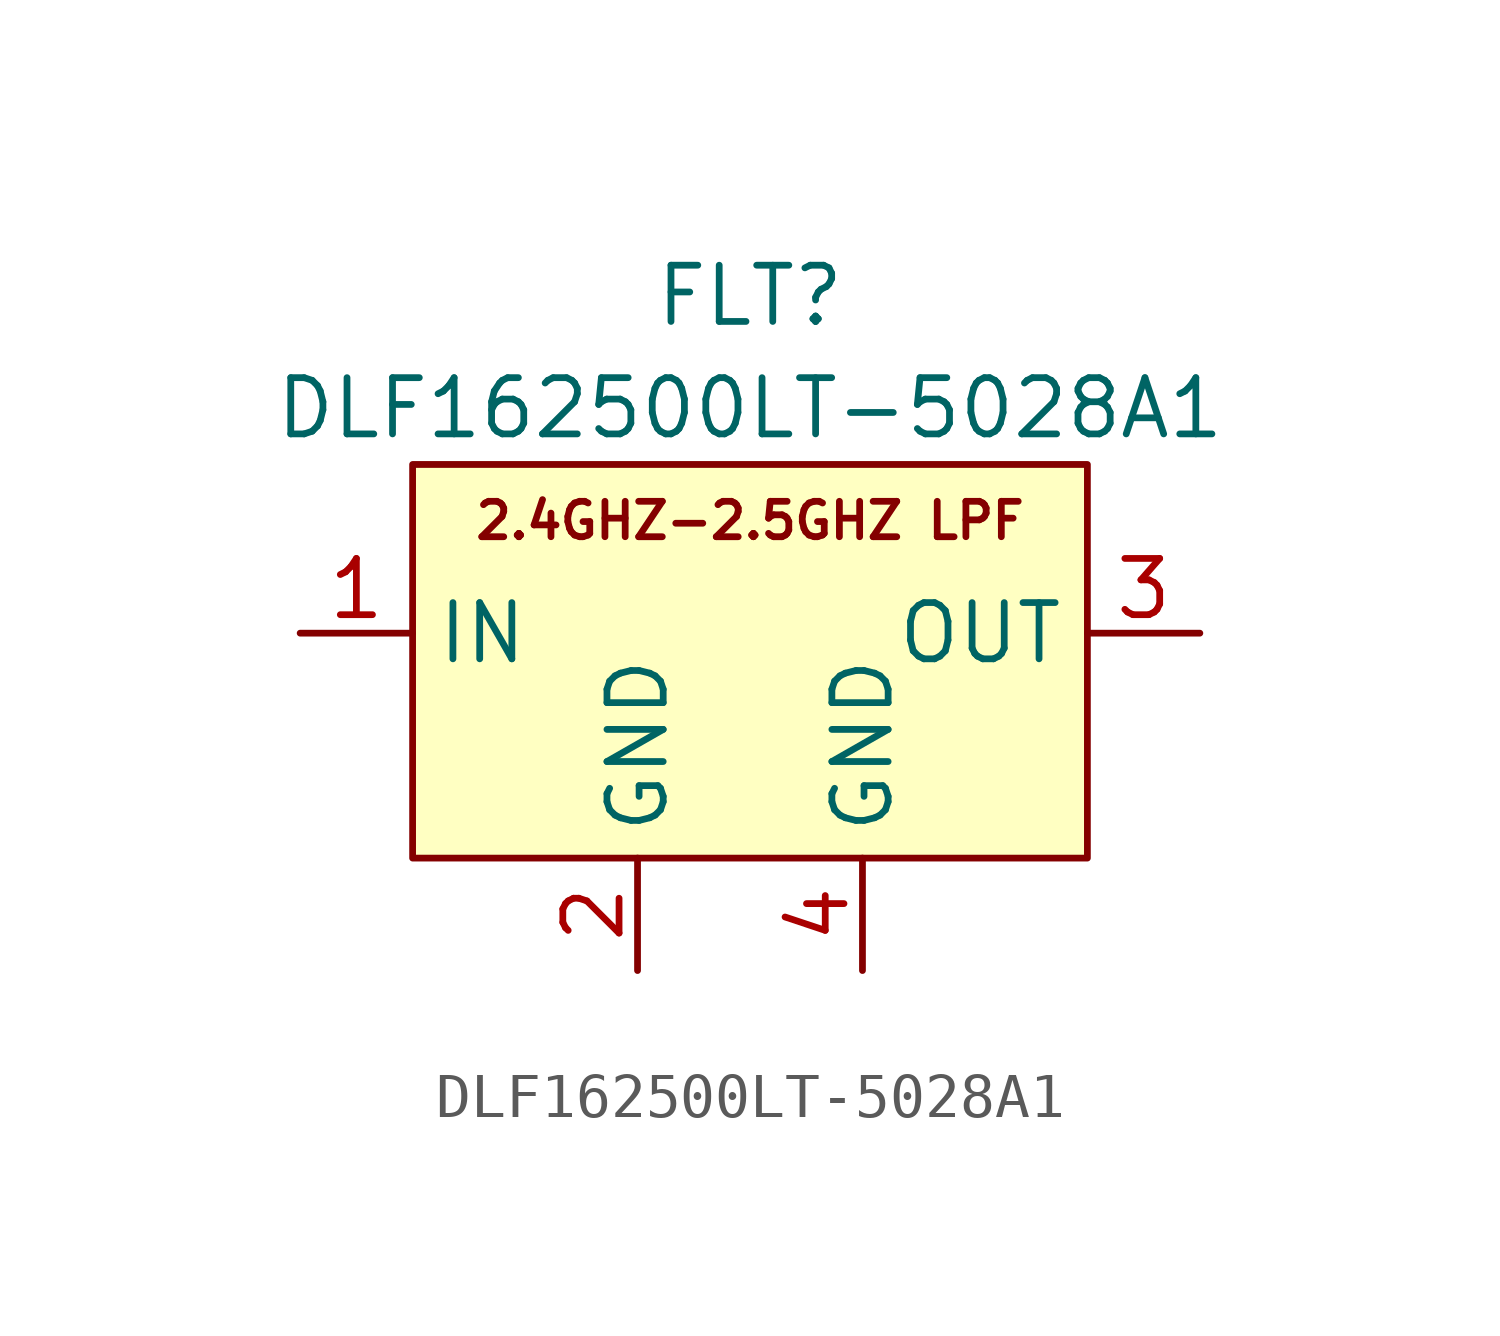
<source format=kicad_sym>
(kicad_symbol_lib
  (version 20220914)
  (generator kicad_symbol_editor)
  (symbol "DLF162500LT-5028A1"
    (property "Reference" "FLT"
      (at 0 7.62 0)
      (effects (font (size 1.27 1.27))))
    (property "Value" "DLF162500LT-5028A1"
      (at 0 5.08 0)
      (effects (font (size 1.27 1.27))))
    (symbol "DLF162500LT-5028A1_0_0"
      (pin passive line (at -10.16 0 0) (length 2.54) (name "IN" (effects (font (size 1.27 1.27)))) (number "1" (effects (font (size 1.27 1.27)))))
      (pin passive line (at -2.54 -7.62 90) (length 2.54) (name "GND" (effects (font (size 1.27 1.27)))) (number "2" (effects (font (size 1.27 1.27)))))
      (pin passive line (at 10.16 0 180) (length 2.54) (name "OUT" (effects (font (size 1.27 1.27)))) (number "3" (effects (font (size 1.27 1.27)))))
      (pin passive line (at 2.54 -7.62 90) (length 2.54) (name "GND" (effects (font (size 1.27 1.27)))) (number "4" (effects (font (size 1.27 1.27))))))
    (symbol "DLF162500LT-5028A1_1_1"
      (rectangle (start -7.62 3.81) (end 7.62 -5.08) (stroke (width 0) (type default)) (fill (type background)))
      (text "2.4GHZ-2.5GHZ LPF" (at 0 2.54 0) (effects (font (size 0.8 0.8)))))))
</source>
